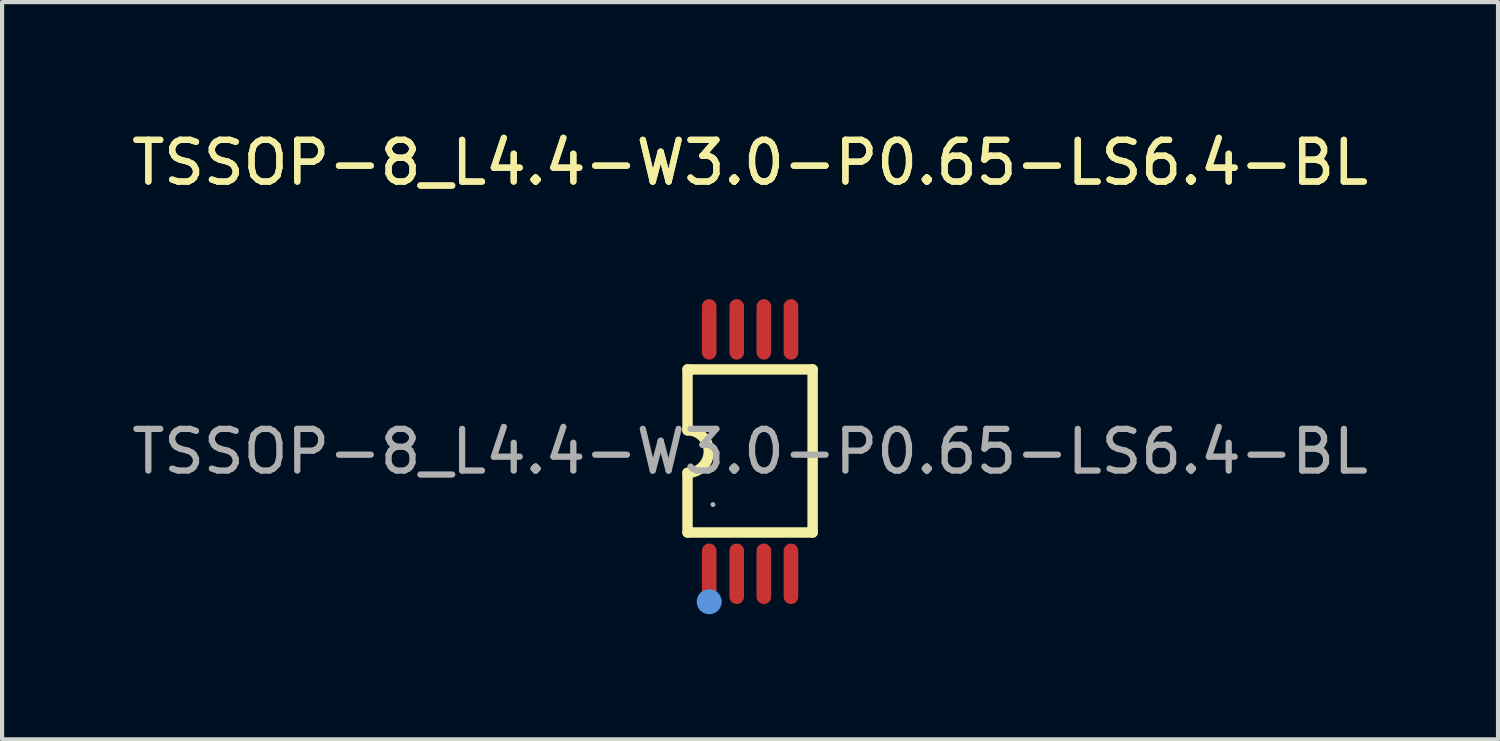
<source format=kicad_pcb>
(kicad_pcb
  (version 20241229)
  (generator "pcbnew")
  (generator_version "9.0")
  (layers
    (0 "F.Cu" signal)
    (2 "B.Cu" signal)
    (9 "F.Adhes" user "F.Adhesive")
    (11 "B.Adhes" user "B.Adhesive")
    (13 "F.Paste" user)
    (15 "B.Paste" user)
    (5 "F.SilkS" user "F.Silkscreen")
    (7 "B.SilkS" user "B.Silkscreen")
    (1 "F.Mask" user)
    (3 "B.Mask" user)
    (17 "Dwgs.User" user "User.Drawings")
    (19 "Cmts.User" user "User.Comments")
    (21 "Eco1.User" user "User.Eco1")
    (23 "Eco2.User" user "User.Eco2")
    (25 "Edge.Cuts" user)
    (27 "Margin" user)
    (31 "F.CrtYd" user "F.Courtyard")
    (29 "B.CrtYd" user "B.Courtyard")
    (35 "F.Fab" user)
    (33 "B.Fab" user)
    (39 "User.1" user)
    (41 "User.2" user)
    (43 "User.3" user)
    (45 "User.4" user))
  (footprint "TSSOP-8_L4.4-W3.0-P0.65-LS6.4-BL"
    (layer "F.Cu")
    (at 14.935 7.778)
    (property "Reference" "TSSOP-8_L4.4-W3.0-P0.65-LS6.4-BL" (at 0 -6.93 0) (layer "F.SilkS") (effects (font (size 1 1) (thickness 0.15))))
    (attr smd)
    (fp_line (start -1.5 -1.97) (end 1.5 -1.97) (stroke (width 0.25) (type solid)) (layer "F.SilkS"))
    (fp_line (start -1.5 -0.51) (end -1.5 -1.97) (stroke (width 0.25) (type solid)) (layer "F.SilkS"))
    (fp_line (start -1.5 0.51) (end -1.5 1.94) (stroke (width 0.25) (type solid)) (layer "F.SilkS"))
    (fp_line (start -1.5 1.94) (end 1.5 1.94) (stroke (width 0.25) (type solid)) (layer "F.SilkS"))
    (fp_line (start 1.5 -1.97) (end 1.5 1.94) (stroke (width 0.25) (type solid)) (layer "F.SilkS"))
    (fp_arc (start -1.5 -0.51) (mid -0.99 0) (end -1.5 0.51) (stroke (width 0.25) (type solid)) (layer "F.SilkS"))
    (fp_circle (center -0.98 3.6) (end -0.83 3.6) (stroke (width 0.3) (type solid)) (fill no) (layer "Cmts.User"))
    (fp_circle (center -0.89 1.27) (end -0.86 1.27) (stroke (width 0.06) (type solid)) (fill no) (layer "F.Fab"))
    (fp_text user "${REFERENCE}" (at 0 -6.93 0) (layer "F.SilkS") (effects (font (size 1 1) (thickness 0.15))))
    (fp_text user "${REFERENCE}" (at 0 0 0) (layer "F.Fab") (effects (font (size 1 1) (thickness 0.15))))
    (pad "1" smd oval (at -0.98 2.93) (size 0.35 1.45) (layers "F.Cu" "F.Mask" "F.Paste"))
    (pad "2" smd oval (at -0.32 2.93) (size 0.35 1.45) (layers "F.Cu" "F.Mask" "F.Paste"))
    (pad "3" smd oval (at 0.33 2.93) (size 0.35 1.45) (layers "F.Cu" "F.Mask" "F.Paste"))
    (pad "4" smd oval (at 0.98 2.93) (size 0.35 1.45) (layers "F.Cu" "F.Mask" "F.Paste"))
    (pad "5" smd oval (at 0.98 -2.93) (size 0.35 1.45) (layers "F.Cu" "F.Mask" "F.Paste"))
    (pad "6" smd oval (at 0.33 -2.93) (size 0.35 1.45) (layers "F.Cu" "F.Mask" "F.Paste"))
    (pad "7" smd oval (at -0.32 -2.93) (size 0.35 1.45) (layers "F.Cu" "F.Mask" "F.Paste"))
    (pad "8" smd oval (at -0.98 -2.93) (size 0.35 1.45) (layers "F.Cu" "F.Mask" "F.Paste")))
  (gr_rect
    (start -3 -3)
    (end 32.869 14.678)
    (stroke (width 0.1) (type default))
    (fill no)
    (layer "Edge.Cuts")))
</source>
